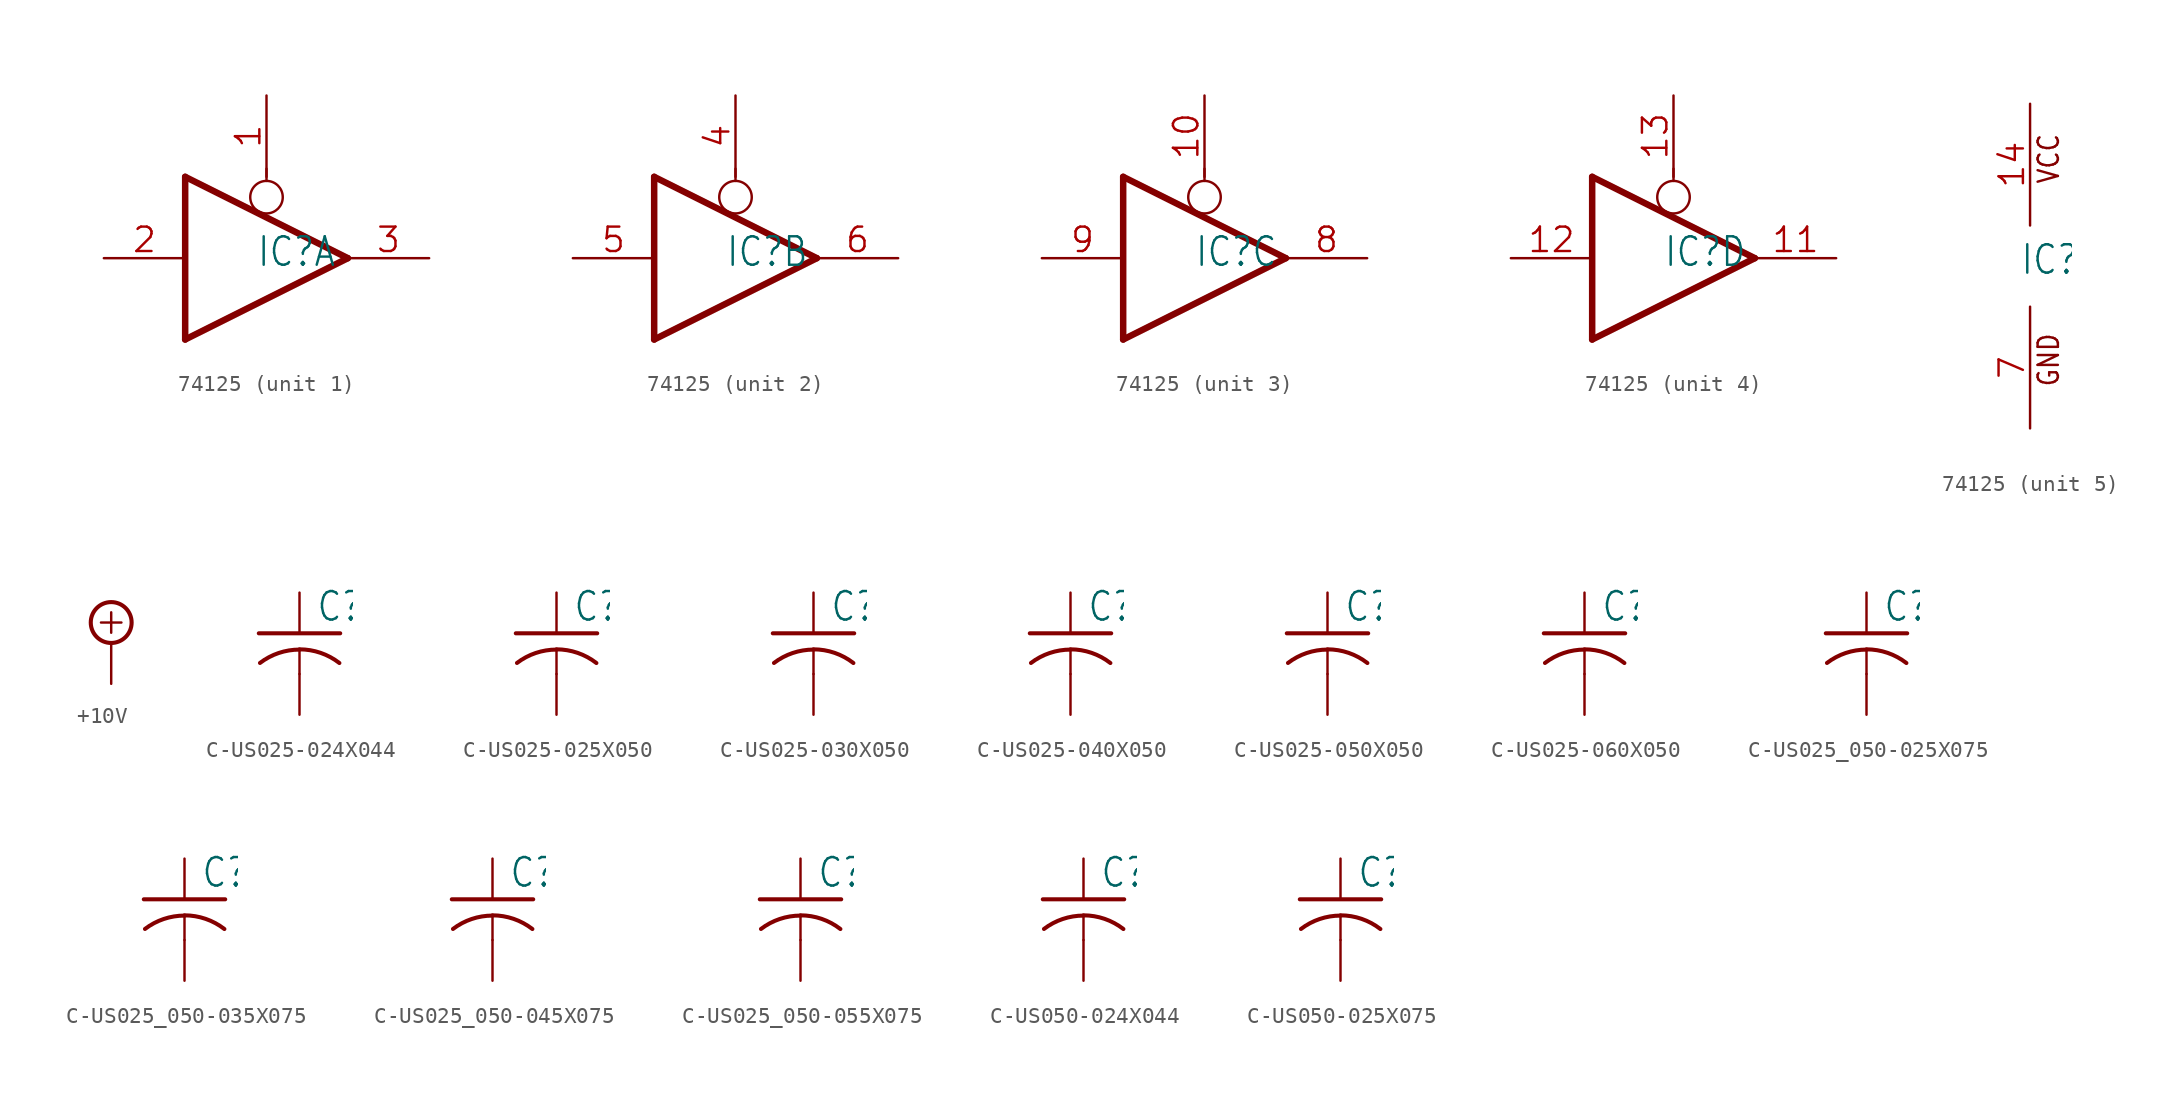
<source format=kicad_sym>
(kicad_symbol_lib
  (version 20241209)
  (generator "kicad_symbol_editor")
  (generator_version "9.0")
  (symbol "74125"
    (property "Reference" "IC"
      (at -0.635 -0.635 0)
      (effects (font (size 1.778 1.511)) (justify left bottom)))
    (property "ki_locked" ""
      (at 0 0 0)
      (effects (font (size 1.27 1.27))))
    (symbol "74125_1_0"
      (polyline (pts (xy -5.08 -5.08) (xy -5.08 5.08)) (stroke (width 0.406) (type solid)) (fill (type none)))
      (polyline (pts (xy 0 4.826) (xy 0 5.588)) (stroke (width 0.152) (type solid)) (fill (type none)))
      (circle (center 0 3.81) (radius 1.016) (stroke (width 0.152) (type solid)) (fill (type none)))
      (polyline (pts (xy 5.08 0) (xy -5.08 5.08)) (stroke (width 0.406) (type solid)) (fill (type none)))
      (polyline (pts (xy 5.08 0) (xy -5.08 -5.08)) (stroke (width 0.406) (type solid)) (fill (type none)))
      (pin input line (at -10.16 0 0) (length 5.08) (name "I" (effects (font (size 0 0)))) (number "2" (effects (font (size 1.524 1.524)))))
      (pin input line (at 0 10.16 270) (length 5.08) (name "OE" (effects (font (size 0 0)))) (number "1" (effects (font (size 1.524 1.524)))))
      (pin tri_state line (at 10.16 0 180) (length 5.08) (name "O" (effects (font (size 0 0)))) (number "3" (effects (font (size 1.524 1.524))))))
    (symbol "74125_2_0"
      (polyline (pts (xy -5.08 -5.08) (xy -5.08 5.08)) (stroke (width 0.406) (type solid)) (fill (type none)))
      (polyline (pts (xy 0 4.826) (xy 0 5.588)) (stroke (width 0.152) (type solid)) (fill (type none)))
      (circle (center 0 3.81) (radius 1.016) (stroke (width 0.152) (type solid)) (fill (type none)))
      (polyline (pts (xy 5.08 0) (xy -5.08 5.08)) (stroke (width 0.406) (type solid)) (fill (type none)))
      (polyline (pts (xy 5.08 0) (xy -5.08 -5.08)) (stroke (width 0.406) (type solid)) (fill (type none)))
      (pin input line (at -10.16 0 0) (length 5.08) (name "I" (effects (font (size 0 0)))) (number "5" (effects (font (size 1.524 1.524)))))
      (pin input line (at 0 10.16 270) (length 5.08) (name "OE" (effects (font (size 0 0)))) (number "4" (effects (font (size 1.524 1.524)))))
      (pin tri_state line (at 10.16 0 180) (length 5.08) (name "O" (effects (font (size 0 0)))) (number "6" (effects (font (size 1.524 1.524))))))
    (symbol "74125_3_0"
      (polyline (pts (xy -5.08 -5.08) (xy -5.08 5.08)) (stroke (width 0.406) (type solid)) (fill (type none)))
      (polyline (pts (xy 0 4.826) (xy 0 5.588)) (stroke (width 0.152) (type solid)) (fill (type none)))
      (circle (center 0 3.81) (radius 1.016) (stroke (width 0.152) (type solid)) (fill (type none)))
      (polyline (pts (xy 5.08 0) (xy -5.08 5.08)) (stroke (width 0.406) (type solid)) (fill (type none)))
      (polyline (pts (xy 5.08 0) (xy -5.08 -5.08)) (stroke (width 0.406) (type solid)) (fill (type none)))
      (pin input line (at -10.16 0 0) (length 5.08) (name "I" (effects (font (size 0 0)))) (number "9" (effects (font (size 1.524 1.524)))))
      (pin input line (at 0 10.16 270) (length 5.08) (name "OE" (effects (font (size 0 0)))) (number "10" (effects (font (size 1.524 1.524)))))
      (pin tri_state line (at 10.16 0 180) (length 5.08) (name "O" (effects (font (size 0 0)))) (number "8" (effects (font (size 1.524 1.524))))))
    (symbol "74125_4_0"
      (polyline (pts (xy -5.08 -5.08) (xy -5.08 5.08)) (stroke (width 0.406) (type solid)) (fill (type none)))
      (polyline (pts (xy 0 4.826) (xy 0 5.588)) (stroke (width 0.152) (type solid)) (fill (type none)))
      (circle (center 0 3.81) (radius 1.016) (stroke (width 0.152) (type solid)) (fill (type none)))
      (polyline (pts (xy 5.08 0) (xy -5.08 5.08)) (stroke (width 0.406) (type solid)) (fill (type none)))
      (polyline (pts (xy 5.08 0) (xy -5.08 -5.08)) (stroke (width 0.406) (type solid)) (fill (type none)))
      (pin input line (at -10.16 0 0) (length 5.08) (name "I" (effects (font (size 0 0)))) (number "12" (effects (font (size 1.524 1.524)))))
      (pin input line (at 0 10.16 270) (length 5.08) (name "OE" (effects (font (size 0 0)))) (number "13" (effects (font (size 1.524 1.524)))))
      (pin tri_state line (at 10.16 0 180) (length 5.08) (name "O" (effects (font (size 0 0)))) (number "11" (effects (font (size 1.524 1.524))))))
    (symbol "74125_5_0"
      (text "VCC" (at 1.905 5.08 900) (effects (font (size 1.27 1.079)) (justify left bottom)))
      (text "GND" (at 1.905 -7.62 900) (effects (font (size 1.27 1.079)) (justify left bottom)))
      (pin power_in line (at 0 10.16 270) (length 7.62) (name "VCC" (effects (font (size 0 0)))) (number "14" (effects (font (size 1.524 1.524)))))
      (pin power_in line (at 0 -10.16 90) (length 7.62) (name "GND" (effects (font (size 0 0)))) (number "7" (effects (font (size 1.524 1.524)))))))
  (symbol "+10V"
    (power)
    (property "Reference" "#V"
      (at 0 0 0)
      (effects (font (size 1.27 1.27)) (hide yes)))
    (property "Value" ""
      (at -2.54 3.175 0)
      (effects (font (size 1.778 1.511)) (justify left bottom)))
    (property "ki_locked" ""
      (at 0 0 0)
      (effects (font (size 1.27 1.27))))
    (symbol "+10V_1_0"
      (polyline (pts (xy -0.635 1.27) (xy 0.635 1.27)) (stroke (width 0.152) (type solid)) (fill (type none)))
      (circle (center 0 1.27) (radius 1.27) (stroke (width 0.254) (type solid)) (fill (type none)))
      (polyline (pts (xy 0 0.635) (xy 0 1.905)) (stroke (width 0.152) (type solid)) (fill (type none)))
      (pin power_in line (at 0 -2.54 90) (length 2.54) (name "+10V" (effects (font (size 0 0)))) (number "1" (effects (font (size 0 0)))))))
  (symbol "C-US025-024X044"
    (property "Reference" "C"
      (at 1.016 0.635 0)
      (effects (font (size 1.778 1.511)) (justify left bottom)))
    (property "Value" ""
      (at 1.016 -4.191 0)
      (effects (font (size 1.778 1.511)) (justify left bottom)))
    (property "ki_locked" ""
      (at 0 0 0)
      (effects (font (size 1.27 1.27))))
    (symbol "C-US025-024X044_1_0"
      (polyline (pts (xy -2.54 0) (xy 2.54 0)) (stroke (width 0.254) (type solid)) (fill (type none)))
      (polyline (pts (xy 0 -1.016) (xy 0 -2.54)) (stroke (width 0.152) (type solid)) (fill (type none)))
      (arc (start 0 -1) (mid 1.3158 -1.2195) (end 2.4892 -1.8541) (stroke (width 0.254) (type solid)) (fill (type none)))
      (arc (start -2.4668 -1.8504) (mid -1.302 -1.2303) (end 0 -1.0161) (stroke (width 0.254) (type solid)) (fill (type none)))
      (pin passive line (at 0 2.54 270) (length 2.54) (name "1" (effects (font (size 0 0)))) (number "1" (effects (font (size 0 0)))))
      (pin passive line (at 0 -5.08 90) (length 2.54) (name "2" (effects (font (size 0 0)))) (number "2" (effects (font (size 0 0)))))))
  (symbol "C-US025-025X050"
    (property "Reference" "C"
      (at 1.016 0.635 0)
      (effects (font (size 1.778 1.511)) (justify left bottom)))
    (property "Value" ""
      (at 1.016 -4.191 0)
      (effects (font (size 1.778 1.511)) (justify left bottom)))
    (property "ki_locked" ""
      (at 0 0 0)
      (effects (font (size 1.27 1.27))))
    (symbol "C-US025-025X050_1_0"
      (polyline (pts (xy -2.54 0) (xy 2.54 0)) (stroke (width 0.254) (type solid)) (fill (type none)))
      (polyline (pts (xy 0 -1.016) (xy 0 -2.54)) (stroke (width 0.152) (type solid)) (fill (type none)))
      (arc (start 0 -1) (mid 1.3158 -1.2195) (end 2.4892 -1.8541) (stroke (width 0.254) (type solid)) (fill (type none)))
      (arc (start -2.4668 -1.8504) (mid -1.302 -1.2303) (end 0 -1.0161) (stroke (width 0.254) (type solid)) (fill (type none)))
      (pin passive line (at 0 2.54 270) (length 2.54) (name "1" (effects (font (size 0 0)))) (number "1" (effects (font (size 0 0)))))
      (pin passive line (at 0 -5.08 90) (length 2.54) (name "2" (effects (font (size 0 0)))) (number "2" (effects (font (size 0 0)))))))
  (symbol "C-US025-030X050"
    (property "Reference" "C"
      (at 1.016 0.635 0)
      (effects (font (size 1.778 1.511)) (justify left bottom)))
    (property "Value" ""
      (at 1.016 -4.191 0)
      (effects (font (size 1.778 1.511)) (justify left bottom)))
    (property "ki_locked" ""
      (at 0 0 0)
      (effects (font (size 1.27 1.27))))
    (symbol "C-US025-030X050_1_0"
      (polyline (pts (xy -2.54 0) (xy 2.54 0)) (stroke (width 0.254) (type solid)) (fill (type none)))
      (polyline (pts (xy 0 -1.016) (xy 0 -2.54)) (stroke (width 0.152) (type solid)) (fill (type none)))
      (arc (start 0 -1) (mid 1.3158 -1.2195) (end 2.4892 -1.8541) (stroke (width 0.254) (type solid)) (fill (type none)))
      (arc (start -2.4668 -1.8504) (mid -1.302 -1.2303) (end 0 -1.0161) (stroke (width 0.254) (type solid)) (fill (type none)))
      (pin passive line (at 0 2.54 270) (length 2.54) (name "1" (effects (font (size 0 0)))) (number "1" (effects (font (size 0 0)))))
      (pin passive line (at 0 -5.08 90) (length 2.54) (name "2" (effects (font (size 0 0)))) (number "2" (effects (font (size 0 0)))))))
  (symbol "C-US025-040X050"
    (property "Reference" "C"
      (at 1.016 0.635 0)
      (effects (font (size 1.778 1.511)) (justify left bottom)))
    (property "Value" ""
      (at 1.016 -4.191 0)
      (effects (font (size 1.778 1.511)) (justify left bottom)))
    (property "ki_locked" ""
      (at 0 0 0)
      (effects (font (size 1.27 1.27))))
    (symbol "C-US025-040X050_1_0"
      (polyline (pts (xy -2.54 0) (xy 2.54 0)) (stroke (width 0.254) (type solid)) (fill (type none)))
      (polyline (pts (xy 0 -1.016) (xy 0 -2.54)) (stroke (width 0.152) (type solid)) (fill (type none)))
      (arc (start 0 -1) (mid 1.3158 -1.2195) (end 2.4892 -1.8541) (stroke (width 0.254) (type solid)) (fill (type none)))
      (arc (start -2.4668 -1.8504) (mid -1.302 -1.2303) (end 0 -1.0161) (stroke (width 0.254) (type solid)) (fill (type none)))
      (pin passive line (at 0 2.54 270) (length 2.54) (name "1" (effects (font (size 0 0)))) (number "1" (effects (font (size 0 0)))))
      (pin passive line (at 0 -5.08 90) (length 2.54) (name "2" (effects (font (size 0 0)))) (number "2" (effects (font (size 0 0)))))))
  (symbol "C-US025-050X050"
    (property "Reference" "C"
      (at 1.016 0.635 0)
      (effects (font (size 1.778 1.511)) (justify left bottom)))
    (property "Value" ""
      (at 1.016 -4.191 0)
      (effects (font (size 1.778 1.511)) (justify left bottom)))
    (property "ki_locked" ""
      (at 0 0 0)
      (effects (font (size 1.27 1.27))))
    (symbol "C-US025-050X050_1_0"
      (polyline (pts (xy -2.54 0) (xy 2.54 0)) (stroke (width 0.254) (type solid)) (fill (type none)))
      (polyline (pts (xy 0 -1.016) (xy 0 -2.54)) (stroke (width 0.152) (type solid)) (fill (type none)))
      (arc (start 0 -1) (mid 1.3158 -1.2195) (end 2.4892 -1.8541) (stroke (width 0.254) (type solid)) (fill (type none)))
      (arc (start -2.4668 -1.8504) (mid -1.302 -1.2303) (end 0 -1.0161) (stroke (width 0.254) (type solid)) (fill (type none)))
      (pin passive line (at 0 2.54 270) (length 2.54) (name "1" (effects (font (size 0 0)))) (number "1" (effects (font (size 0 0)))))
      (pin passive line (at 0 -5.08 90) (length 2.54) (name "2" (effects (font (size 0 0)))) (number "2" (effects (font (size 0 0)))))))
  (symbol "C-US025-060X050"
    (property "Reference" "C"
      (at 1.016 0.635 0)
      (effects (font (size 1.778 1.511)) (justify left bottom)))
    (property "Value" ""
      (at 1.016 -4.191 0)
      (effects (font (size 1.778 1.511)) (justify left bottom)))
    (property "ki_locked" ""
      (at 0 0 0)
      (effects (font (size 1.27 1.27))))
    (symbol "C-US025-060X050_1_0"
      (polyline (pts (xy -2.54 0) (xy 2.54 0)) (stroke (width 0.254) (type solid)) (fill (type none)))
      (polyline (pts (xy 0 -1.016) (xy 0 -2.54)) (stroke (width 0.152) (type solid)) (fill (type none)))
      (arc (start 0 -1) (mid 1.3158 -1.2195) (end 2.4892 -1.8541) (stroke (width 0.254) (type solid)) (fill (type none)))
      (arc (start -2.4668 -1.8504) (mid -1.302 -1.2303) (end 0 -1.0161) (stroke (width 0.254) (type solid)) (fill (type none)))
      (pin passive line (at 0 2.54 270) (length 2.54) (name "1" (effects (font (size 0 0)))) (number "1" (effects (font (size 0 0)))))
      (pin passive line (at 0 -5.08 90) (length 2.54) (name "2" (effects (font (size 0 0)))) (number "2" (effects (font (size 0 0)))))))
  (symbol "C-US025_050-025X075"
    (property "Reference" "C"
      (at 1.016 0.635 0)
      (effects (font (size 1.778 1.511)) (justify left bottom)))
    (property "Value" ""
      (at 1.016 -4.191 0)
      (effects (font (size 1.778 1.511)) (justify left bottom)))
    (property "ki_locked" ""
      (at 0 0 0)
      (effects (font (size 1.27 1.27))))
    (symbol "C-US025_050-025X075_1_0"
      (polyline (pts (xy -2.54 0) (xy 2.54 0)) (stroke (width 0.254) (type solid)) (fill (type none)))
      (polyline (pts (xy 0 -1.016) (xy 0 -2.54)) (stroke (width 0.152) (type solid)) (fill (type none)))
      (arc (start 0 -1) (mid 1.3158 -1.2195) (end 2.4892 -1.8541) (stroke (width 0.254) (type solid)) (fill (type none)))
      (arc (start -2.4668 -1.8504) (mid -1.302 -1.2303) (end 0 -1.0161) (stroke (width 0.254) (type solid)) (fill (type none)))
      (pin passive line (at 0 2.54 270) (length 2.54) (name "1" (effects (font (size 0 0)))) (number "1" (effects (font (size 0 0)))))
      (pin passive line (at 0 -5.08 90) (length 2.54) (name "2" (effects (font (size 0 0)))) (number "2" (effects (font (size 0 0)))))))
  (symbol "C-US025_050-035X075"
    (property "Reference" "C"
      (at 1.016 0.635 0)
      (effects (font (size 1.778 1.511)) (justify left bottom)))
    (property "Value" ""
      (at 1.016 -4.191 0)
      (effects (font (size 1.778 1.511)) (justify left bottom)))
    (property "ki_locked" ""
      (at 0 0 0)
      (effects (font (size 1.27 1.27))))
    (symbol "C-US025_050-035X075_1_0"
      (polyline (pts (xy -2.54 0) (xy 2.54 0)) (stroke (width 0.254) (type solid)) (fill (type none)))
      (polyline (pts (xy 0 -1.016) (xy 0 -2.54)) (stroke (width 0.152) (type solid)) (fill (type none)))
      (arc (start 0 -1) (mid 1.3158 -1.2195) (end 2.4892 -1.8541) (stroke (width 0.254) (type solid)) (fill (type none)))
      (arc (start -2.4668 -1.8504) (mid -1.302 -1.2303) (end 0 -1.0161) (stroke (width 0.254) (type solid)) (fill (type none)))
      (pin passive line (at 0 2.54 270) (length 2.54) (name "1" (effects (font (size 0 0)))) (number "1" (effects (font (size 0 0)))))
      (pin passive line (at 0 -5.08 90) (length 2.54) (name "2" (effects (font (size 0 0)))) (number "2" (effects (font (size 0 0)))))))
  (symbol "C-US025_050-045X075"
    (property "Reference" "C"
      (at 1.016 0.635 0)
      (effects (font (size 1.778 1.511)) (justify left bottom)))
    (property "Value" ""
      (at 1.016 -4.191 0)
      (effects (font (size 1.778 1.511)) (justify left bottom)))
    (property "ki_locked" ""
      (at 0 0 0)
      (effects (font (size 1.27 1.27))))
    (symbol "C-US025_050-045X075_1_0"
      (polyline (pts (xy -2.54 0) (xy 2.54 0)) (stroke (width 0.254) (type solid)) (fill (type none)))
      (polyline (pts (xy 0 -1.016) (xy 0 -2.54)) (stroke (width 0.152) (type solid)) (fill (type none)))
      (arc (start 0 -1) (mid 1.3158 -1.2195) (end 2.4892 -1.8541) (stroke (width 0.254) (type solid)) (fill (type none)))
      (arc (start -2.4668 -1.8504) (mid -1.302 -1.2303) (end 0 -1.0161) (stroke (width 0.254) (type solid)) (fill (type none)))
      (pin passive line (at 0 2.54 270) (length 2.54) (name "1" (effects (font (size 0 0)))) (number "1" (effects (font (size 0 0)))))
      (pin passive line (at 0 -5.08 90) (length 2.54) (name "2" (effects (font (size 0 0)))) (number "2" (effects (font (size 0 0)))))))
  (symbol "C-US025_050-055X075"
    (property "Reference" "C"
      (at 1.016 0.635 0)
      (effects (font (size 1.778 1.511)) (justify left bottom)))
    (property "Value" ""
      (at 1.016 -4.191 0)
      (effects (font (size 1.778 1.511)) (justify left bottom)))
    (property "ki_locked" ""
      (at 0 0 0)
      (effects (font (size 1.27 1.27))))
    (symbol "C-US025_050-055X075_1_0"
      (polyline (pts (xy -2.54 0) (xy 2.54 0)) (stroke (width 0.254) (type solid)) (fill (type none)))
      (polyline (pts (xy 0 -1.016) (xy 0 -2.54)) (stroke (width 0.152) (type solid)) (fill (type none)))
      (arc (start 0 -1) (mid 1.3158 -1.2195) (end 2.4892 -1.8541) (stroke (width 0.254) (type solid)) (fill (type none)))
      (arc (start -2.4668 -1.8504) (mid -1.302 -1.2303) (end 0 -1.0161) (stroke (width 0.254) (type solid)) (fill (type none)))
      (pin passive line (at 0 2.54 270) (length 2.54) (name "1" (effects (font (size 0 0)))) (number "1" (effects (font (size 0 0)))))
      (pin passive line (at 0 -5.08 90) (length 2.54) (name "2" (effects (font (size 0 0)))) (number "2" (effects (font (size 0 0)))))))
  (symbol "C-US050-024X044"
    (property "Reference" "C"
      (at 1.016 0.635 0)
      (effects (font (size 1.778 1.511)) (justify left bottom)))
    (property "Value" ""
      (at 1.016 -4.191 0)
      (effects (font (size 1.778 1.511)) (justify left bottom)))
    (property "ki_locked" ""
      (at 0 0 0)
      (effects (font (size 1.27 1.27))))
    (symbol "C-US050-024X044_1_0"
      (polyline (pts (xy -2.54 0) (xy 2.54 0)) (stroke (width 0.254) (type solid)) (fill (type none)))
      (polyline (pts (xy 0 -1.016) (xy 0 -2.54)) (stroke (width 0.152) (type solid)) (fill (type none)))
      (arc (start 0 -1) (mid 1.3158 -1.2195) (end 2.4892 -1.8541) (stroke (width 0.254) (type solid)) (fill (type none)))
      (arc (start -2.4668 -1.8504) (mid -1.302 -1.2303) (end 0 -1.0161) (stroke (width 0.254) (type solid)) (fill (type none)))
      (pin passive line (at 0 2.54 270) (length 2.54) (name "1" (effects (font (size 0 0)))) (number "1" (effects (font (size 0 0)))))
      (pin passive line (at 0 -5.08 90) (length 2.54) (name "2" (effects (font (size 0 0)))) (number "2" (effects (font (size 0 0)))))))
  (symbol "C-US050-025X075"
    (property "Reference" "C"
      (at 1.016 0.635 0)
      (effects (font (size 1.778 1.511)) (justify left bottom)))
    (property "Value" ""
      (at 1.016 -4.191 0)
      (effects (font (size 1.778 1.511)) (justify left bottom)))
    (property "ki_locked" ""
      (at 0 0 0)
      (effects (font (size 1.27 1.27))))
    (symbol "C-US050-025X075_1_0"
      (polyline (pts (xy -2.54 0) (xy 2.54 0)) (stroke (width 0.254) (type solid)) (fill (type none)))
      (polyline (pts (xy 0 -1.016) (xy 0 -2.54)) (stroke (width 0.152) (type solid)) (fill (type none)))
      (arc (start 0 -1) (mid 1.3158 -1.2195) (end 2.4892 -1.8541) (stroke (width 0.254) (type solid)) (fill (type none)))
      (arc (start -2.4668 -1.8504) (mid -1.302 -1.2303) (end 0 -1.0161) (stroke (width 0.254) (type solid)) (fill (type none)))
      (pin passive line (at 0 2.54 270) (length 2.54) (name "1" (effects (font (size 0 0)))) (number "1" (effects (font (size 0 0)))))
      (pin passive line (at 0 -5.08 90) (length 2.54) (name "2" (effects (font (size 0 0)))) (number "2" (effects (font (size 0 0))))))))
</source>
